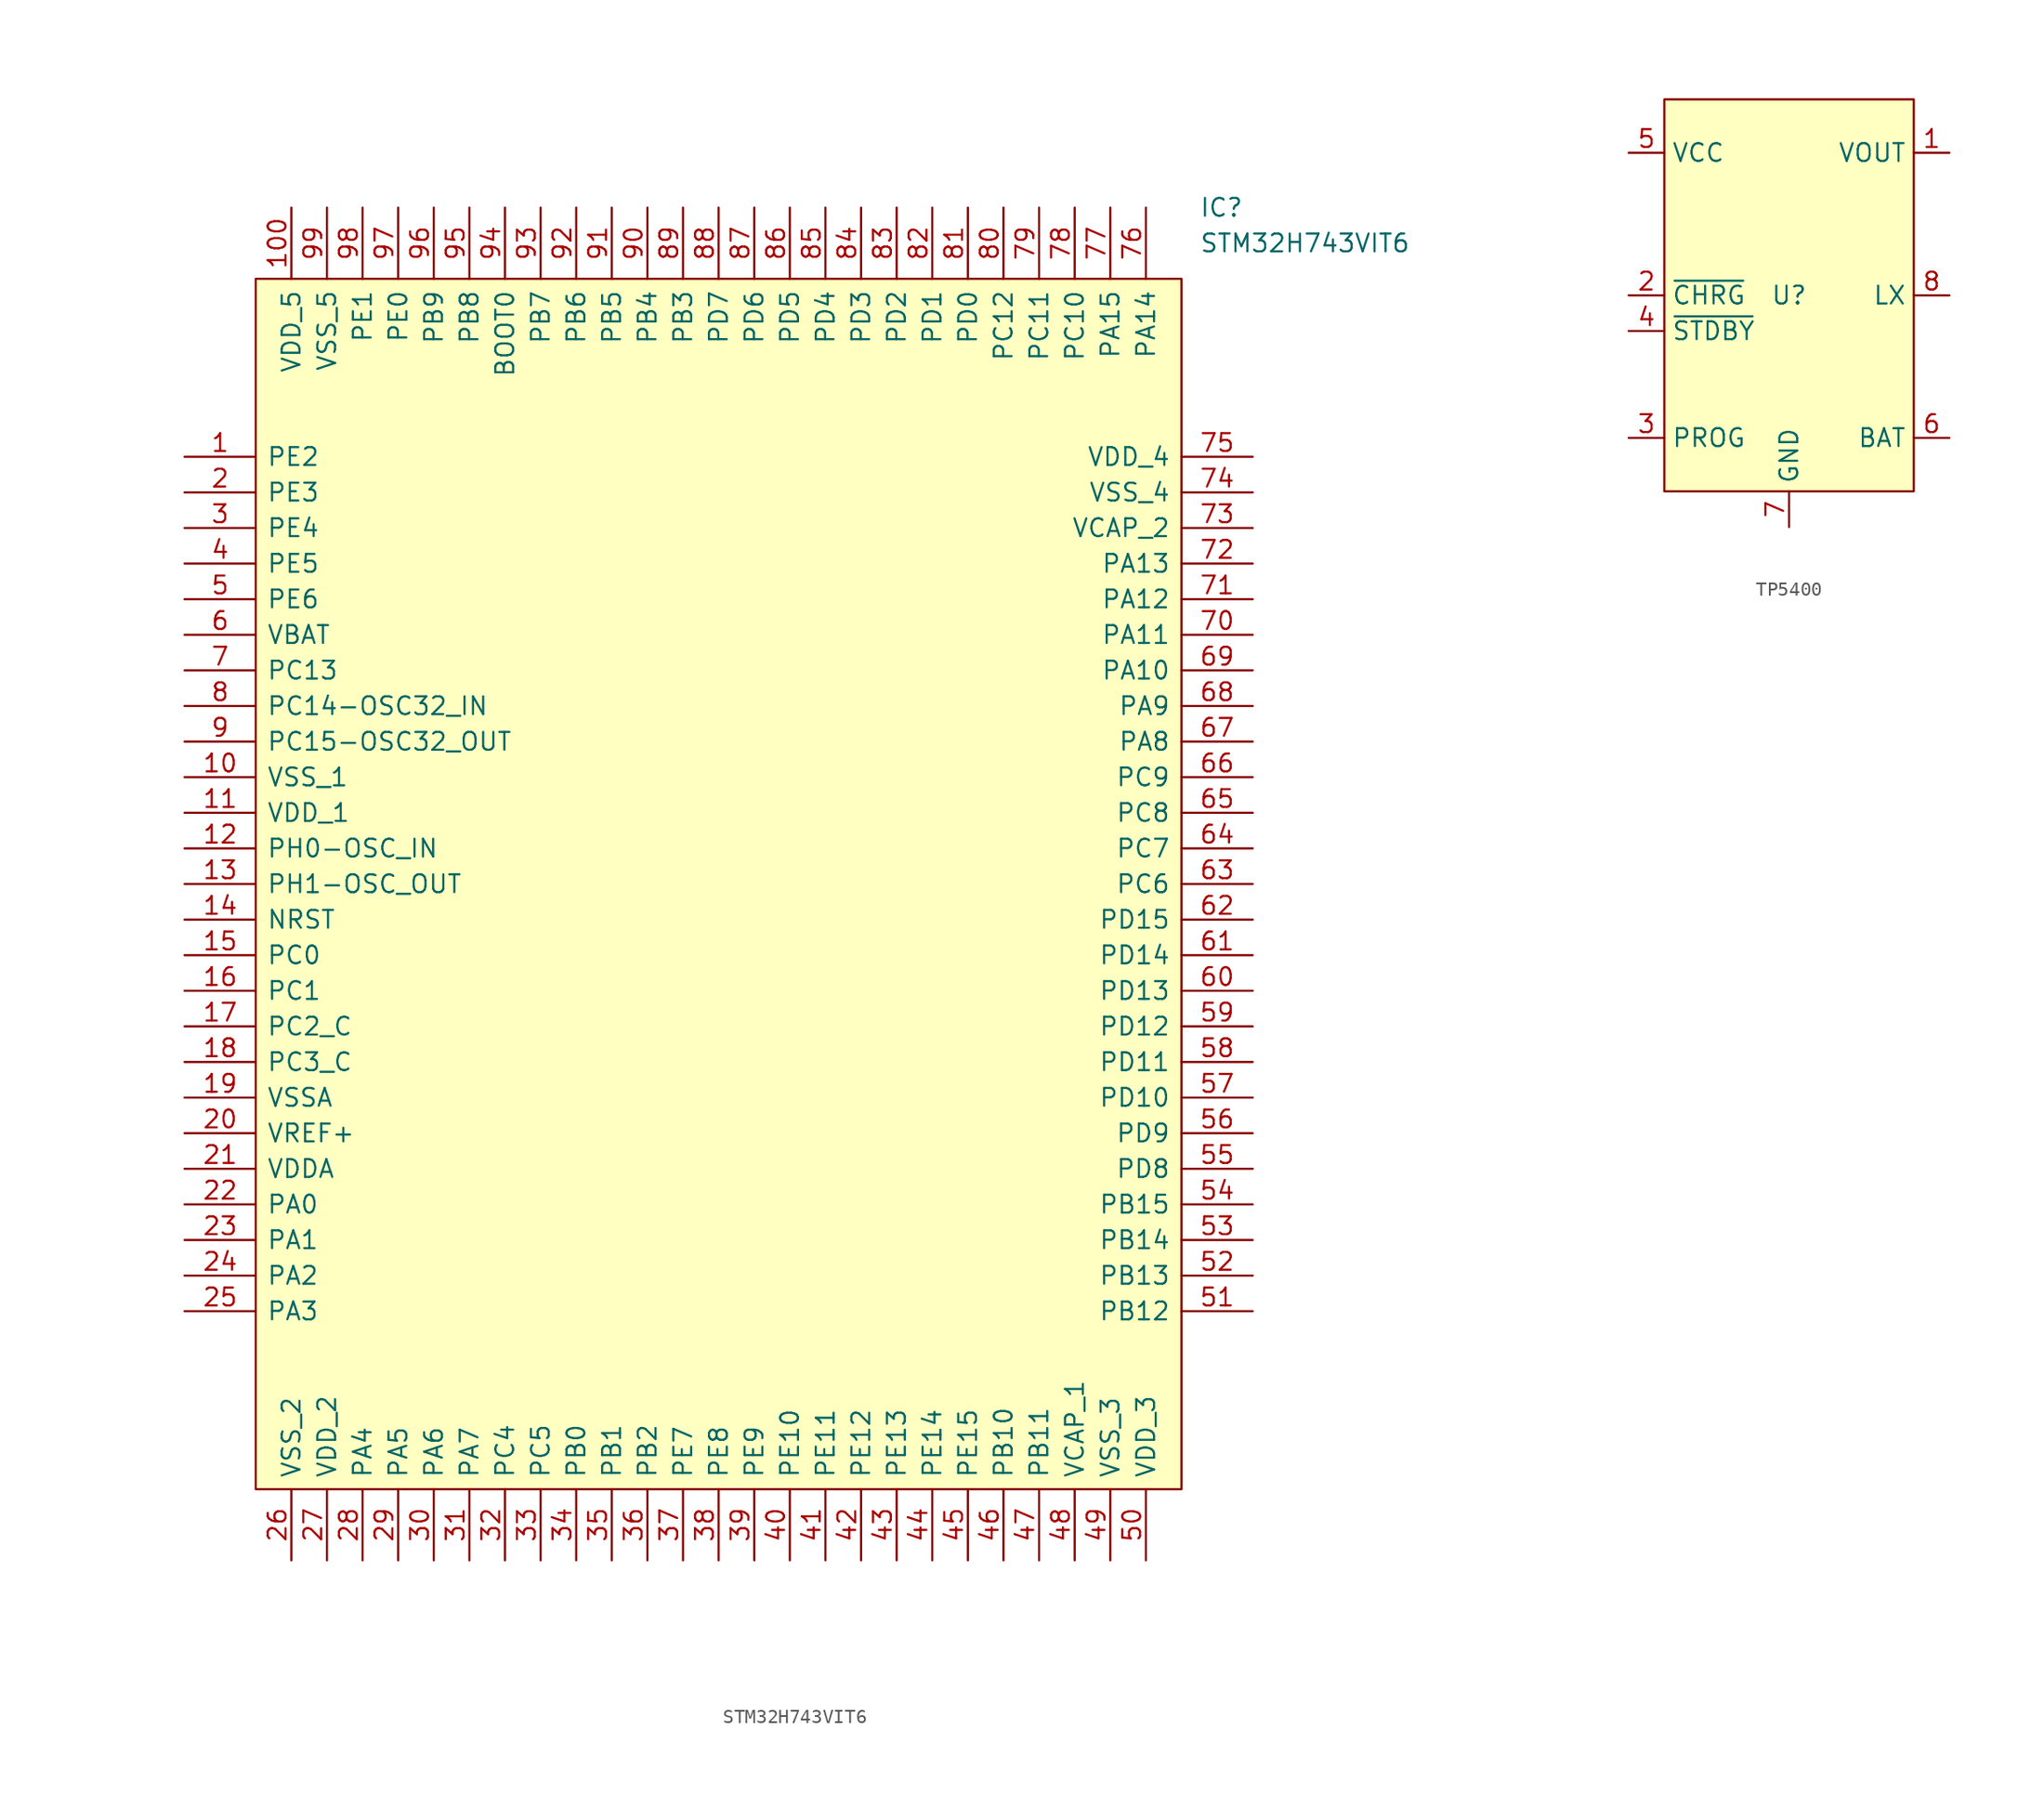
<source format=kicad_sym>
(kicad_symbol_lib
  (version 20220914)
  (generator kicad_symbol_editor)
  (symbol "STM32H743VIT6"
    (pin_names
      (offset 0.762))
    (property "Reference" "IC"
      (at 72.39 17.78 0)
      (effects (font (size 1.27 1.27)) (justify left)))
    (property "Value" "STM32H743VIT6"
      (at 72.39 15.24 0)
      (effects (font (size 1.27 1.27)) (justify left)))
    (symbol "STM32H743VIT6_0_0"
      (pin passive line (at 0 0 0) (length 5.08) (name "PE2" (effects (font (size 1.27 1.27)))) (number "1" (effects (font (size 1.27 1.27)))))
      (pin passive line (at 0 -22.86 0) (length 5.08) (name "VSS_1" (effects (font (size 1.27 1.27)))) (number "10" (effects (font (size 1.27 1.27)))))
      (pin passive line (at 7.62 17.78 270) (length 5.08) (name "VDD_5" (effects (font (size 1.27 1.27)))) (number "100" (effects (font (size 1.27 1.27)))))
      (pin passive line (at 0 -25.4 0) (length 5.08) (name "VDD_1" (effects (font (size 1.27 1.27)))) (number "11" (effects (font (size 1.27 1.27)))))
      (pin passive line (at 0 -27.94 0) (length 5.08) (name "PH0-OSC_IN" (effects (font (size 1.27 1.27)))) (number "12" (effects (font (size 1.27 1.27)))))
      (pin passive line (at 0 -30.48 0) (length 5.08) (name "PH1-OSC_OUT" (effects (font (size 1.27 1.27)))) (number "13" (effects (font (size 1.27 1.27)))))
      (pin passive line (at 0 -33.02 0) (length 5.08) (name "NRST" (effects (font (size 1.27 1.27)))) (number "14" (effects (font (size 1.27 1.27)))))
      (pin passive line (at 0 -35.56 0) (length 5.08) (name "PC0" (effects (font (size 1.27 1.27)))) (number "15" (effects (font (size 1.27 1.27)))))
      (pin passive line (at 0 -38.1 0) (length 5.08) (name "PC1" (effects (font (size 1.27 1.27)))) (number "16" (effects (font (size 1.27 1.27)))))
      (pin passive line (at 0 -40.64 0) (length 5.08) (name "PC2_C" (effects (font (size 1.27 1.27)))) (number "17" (effects (font (size 1.27 1.27)))))
      (pin passive line (at 0 -43.18 0) (length 5.08) (name "PC3_C" (effects (font (size 1.27 1.27)))) (number "18" (effects (font (size 1.27 1.27)))))
      (pin passive line (at 0 -45.72 0) (length 5.08) (name "VSSA" (effects (font (size 1.27 1.27)))) (number "19" (effects (font (size 1.27 1.27)))))
      (pin passive line (at 0 -2.54 0) (length 5.08) (name "PE3" (effects (font (size 1.27 1.27)))) (number "2" (effects (font (size 1.27 1.27)))))
      (pin passive line (at 0 -48.26 0) (length 5.08) (name "VREF+" (effects (font (size 1.27 1.27)))) (number "20" (effects (font (size 1.27 1.27)))))
      (pin passive line (at 0 -50.8 0) (length 5.08) (name "VDDA" (effects (font (size 1.27 1.27)))) (number "21" (effects (font (size 1.27 1.27)))))
      (pin passive line (at 0 -53.34 0) (length 5.08) (name "PA0" (effects (font (size 1.27 1.27)))) (number "22" (effects (font (size 1.27 1.27)))))
      (pin passive line (at 0 -55.88 0) (length 5.08) (name "PA1" (effects (font (size 1.27 1.27)))) (number "23" (effects (font (size 1.27 1.27)))))
      (pin passive line (at 0 -58.42 0) (length 5.08) (name "PA2" (effects (font (size 1.27 1.27)))) (number "24" (effects (font (size 1.27 1.27)))))
      (pin passive line (at 0 -60.96 0) (length 5.08) (name "PA3" (effects (font (size 1.27 1.27)))) (number "25" (effects (font (size 1.27 1.27)))))
      (pin passive line (at 7.62 -78.74 90) (length 5.08) (name "VSS_2" (effects (font (size 1.27 1.27)))) (number "26" (effects (font (size 1.27 1.27)))))
      (pin passive line (at 10.16 -78.74 90) (length 5.08) (name "VDD_2" (effects (font (size 1.27 1.27)))) (number "27" (effects (font (size 1.27 1.27)))))
      (pin passive line (at 12.7 -78.74 90) (length 5.08) (name "PA4" (effects (font (size 1.27 1.27)))) (number "28" (effects (font (size 1.27 1.27)))))
      (pin passive line (at 15.24 -78.74 90) (length 5.08) (name "PA5" (effects (font (size 1.27 1.27)))) (number "29" (effects (font (size 1.27 1.27)))))
      (pin passive line (at 0 -5.08 0) (length 5.08) (name "PE4" (effects (font (size 1.27 1.27)))) (number "3" (effects (font (size 1.27 1.27)))))
      (pin passive line (at 17.78 -78.74 90) (length 5.08) (name "PA6" (effects (font (size 1.27 1.27)))) (number "30" (effects (font (size 1.27 1.27)))))
      (pin passive line (at 20.32 -78.74 90) (length 5.08) (name "PA7" (effects (font (size 1.27 1.27)))) (number "31" (effects (font (size 1.27 1.27)))))
      (pin passive line (at 22.86 -78.74 90) (length 5.08) (name "PC4" (effects (font (size 1.27 1.27)))) (number "32" (effects (font (size 1.27 1.27)))))
      (pin passive line (at 25.4 -78.74 90) (length 5.08) (name "PC5" (effects (font (size 1.27 1.27)))) (number "33" (effects (font (size 1.27 1.27)))))
      (pin passive line (at 27.94 -78.74 90) (length 5.08) (name "PB0" (effects (font (size 1.27 1.27)))) (number "34" (effects (font (size 1.27 1.27)))))
      (pin passive line (at 30.48 -78.74 90) (length 5.08) (name "PB1" (effects (font (size 1.27 1.27)))) (number "35" (effects (font (size 1.27 1.27)))))
      (pin passive line (at 33.02 -78.74 90) (length 5.08) (name "PB2" (effects (font (size 1.27 1.27)))) (number "36" (effects (font (size 1.27 1.27)))))
      (pin passive line (at 35.56 -78.74 90) (length 5.08) (name "PE7" (effects (font (size 1.27 1.27)))) (number "37" (effects (font (size 1.27 1.27)))))
      (pin passive line (at 38.1 -78.74 90) (length 5.08) (name "PE8" (effects (font (size 1.27 1.27)))) (number "38" (effects (font (size 1.27 1.27)))))
      (pin passive line (at 40.64 -78.74 90) (length 5.08) (name "PE9" (effects (font (size 1.27 1.27)))) (number "39" (effects (font (size 1.27 1.27)))))
      (pin passive line (at 0 -7.62 0) (length 5.08) (name "PE5" (effects (font (size 1.27 1.27)))) (number "4" (effects (font (size 1.27 1.27)))))
      (pin passive line (at 43.18 -78.74 90) (length 5.08) (name "PE10" (effects (font (size 1.27 1.27)))) (number "40" (effects (font (size 1.27 1.27)))))
      (pin passive line (at 45.72 -78.74 90) (length 5.08) (name "PE11" (effects (font (size 1.27 1.27)))) (number "41" (effects (font (size 1.27 1.27)))))
      (pin passive line (at 48.26 -78.74 90) (length 5.08) (name "PE12" (effects (font (size 1.27 1.27)))) (number "42" (effects (font (size 1.27 1.27)))))
      (pin passive line (at 50.8 -78.74 90) (length 5.08) (name "PE13" (effects (font (size 1.27 1.27)))) (number "43" (effects (font (size 1.27 1.27)))))
      (pin passive line (at 53.34 -78.74 90) (length 5.08) (name "PE14" (effects (font (size 1.27 1.27)))) (number "44" (effects (font (size 1.27 1.27)))))
      (pin passive line (at 55.88 -78.74 90) (length 5.08) (name "PE15" (effects (font (size 1.27 1.27)))) (number "45" (effects (font (size 1.27 1.27)))))
      (pin passive line (at 58.42 -78.74 90) (length 5.08) (name "PB10" (effects (font (size 1.27 1.27)))) (number "46" (effects (font (size 1.27 1.27)))))
      (pin passive line (at 60.96 -78.74 90) (length 5.08) (name "PB11" (effects (font (size 1.27 1.27)))) (number "47" (effects (font (size 1.27 1.27)))))
      (pin passive line (at 63.5 -78.74 90) (length 5.08) (name "VCAP_1" (effects (font (size 1.27 1.27)))) (number "48" (effects (font (size 1.27 1.27)))))
      (pin passive line (at 66.04 -78.74 90) (length 5.08) (name "VSS_3" (effects (font (size 1.27 1.27)))) (number "49" (effects (font (size 1.27 1.27)))))
      (pin passive line (at 0 -10.16 0) (length 5.08) (name "PE6" (effects (font (size 1.27 1.27)))) (number "5" (effects (font (size 1.27 1.27)))))
      (pin passive line (at 68.58 -78.74 90) (length 5.08) (name "VDD_3" (effects (font (size 1.27 1.27)))) (number "50" (effects (font (size 1.27 1.27)))))
      (pin passive line (at 76.2 -60.96 180) (length 5.08) (name "PB12" (effects (font (size 1.27 1.27)))) (number "51" (effects (font (size 1.27 1.27)))))
      (pin passive line (at 76.2 -58.42 180) (length 5.08) (name "PB13" (effects (font (size 1.27 1.27)))) (number "52" (effects (font (size 1.27 1.27)))))
      (pin passive line (at 76.2 -55.88 180) (length 5.08) (name "PB14" (effects (font (size 1.27 1.27)))) (number "53" (effects (font (size 1.27 1.27)))))
      (pin passive line (at 76.2 -53.34 180) (length 5.08) (name "PB15" (effects (font (size 1.27 1.27)))) (number "54" (effects (font (size 1.27 1.27)))))
      (pin passive line (at 76.2 -50.8 180) (length 5.08) (name "PD8" (effects (font (size 1.27 1.27)))) (number "55" (effects (font (size 1.27 1.27)))))
      (pin passive line (at 76.2 -48.26 180) (length 5.08) (name "PD9" (effects (font (size 1.27 1.27)))) (number "56" (effects (font (size 1.27 1.27)))))
      (pin passive line (at 76.2 -45.72 180) (length 5.08) (name "PD10" (effects (font (size 1.27 1.27)))) (number "57" (effects (font (size 1.27 1.27)))))
      (pin passive line (at 76.2 -43.18 180) (length 5.08) (name "PD11" (effects (font (size 1.27 1.27)))) (number "58" (effects (font (size 1.27 1.27)))))
      (pin passive line (at 76.2 -40.64 180) (length 5.08) (name "PD12" (effects (font (size 1.27 1.27)))) (number "59" (effects (font (size 1.27 1.27)))))
      (pin passive line (at 0 -12.7 0) (length 5.08) (name "VBAT" (effects (font (size 1.27 1.27)))) (number "6" (effects (font (size 1.27 1.27)))))
      (pin passive line (at 76.2 -38.1 180) (length 5.08) (name "PD13" (effects (font (size 1.27 1.27)))) (number "60" (effects (font (size 1.27 1.27)))))
      (pin passive line (at 76.2 -35.56 180) (length 5.08) (name "PD14" (effects (font (size 1.27 1.27)))) (number "61" (effects (font (size 1.27 1.27)))))
      (pin passive line (at 76.2 -33.02 180) (length 5.08) (name "PD15" (effects (font (size 1.27 1.27)))) (number "62" (effects (font (size 1.27 1.27)))))
      (pin passive line (at 76.2 -30.48 180) (length 5.08) (name "PC6" (effects (font (size 1.27 1.27)))) (number "63" (effects (font (size 1.27 1.27)))))
      (pin passive line (at 76.2 -27.94 180) (length 5.08) (name "PC7" (effects (font (size 1.27 1.27)))) (number "64" (effects (font (size 1.27 1.27)))))
      (pin passive line (at 76.2 -25.4 180) (length 5.08) (name "PC8" (effects (font (size 1.27 1.27)))) (number "65" (effects (font (size 1.27 1.27)))))
      (pin passive line (at 76.2 -22.86 180) (length 5.08) (name "PC9" (effects (font (size 1.27 1.27)))) (number "66" (effects (font (size 1.27 1.27)))))
      (pin passive line (at 76.2 -20.32 180) (length 5.08) (name "PA8" (effects (font (size 1.27 1.27)))) (number "67" (effects (font (size 1.27 1.27)))))
      (pin passive line (at 76.2 -17.78 180) (length 5.08) (name "PA9" (effects (font (size 1.27 1.27)))) (number "68" (effects (font (size 1.27 1.27)))))
      (pin passive line (at 76.2 -15.24 180) (length 5.08) (name "PA10" (effects (font (size 1.27 1.27)))) (number "69" (effects (font (size 1.27 1.27)))))
      (pin passive line (at 0 -15.24 0) (length 5.08) (name "PC13" (effects (font (size 1.27 1.27)))) (number "7" (effects (font (size 1.27 1.27)))))
      (pin passive line (at 76.2 -12.7 180) (length 5.08) (name "PA11" (effects (font (size 1.27 1.27)))) (number "70" (effects (font (size 1.27 1.27)))))
      (pin passive line (at 76.2 -10.16 180) (length 5.08) (name "PA12" (effects (font (size 1.27 1.27)))) (number "71" (effects (font (size 1.27 1.27)))))
      (pin passive line (at 76.2 -7.62 180) (length 5.08) (name "PA13" (effects (font (size 1.27 1.27)))) (number "72" (effects (font (size 1.27 1.27)))))
      (pin passive line (at 76.2 -5.08 180) (length 5.08) (name "VCAP_2" (effects (font (size 1.27 1.27)))) (number "73" (effects (font (size 1.27 1.27)))))
      (pin passive line (at 76.2 -2.54 180) (length 5.08) (name "VSS_4" (effects (font (size 1.27 1.27)))) (number "74" (effects (font (size 1.27 1.27)))))
      (pin passive line (at 76.2 0 180) (length 5.08) (name "VDD_4" (effects (font (size 1.27 1.27)))) (number "75" (effects (font (size 1.27 1.27)))))
      (pin passive line (at 68.58 17.78 270) (length 5.08) (name "PA14" (effects (font (size 1.27 1.27)))) (number "76" (effects (font (size 1.27 1.27)))))
      (pin passive line (at 66.04 17.78 270) (length 5.08) (name "PA15" (effects (font (size 1.27 1.27)))) (number "77" (effects (font (size 1.27 1.27)))))
      (pin passive line (at 63.5 17.78 270) (length 5.08) (name "PC10" (effects (font (size 1.27 1.27)))) (number "78" (effects (font (size 1.27 1.27)))))
      (pin passive line (at 60.96 17.78 270) (length 5.08) (name "PC11" (effects (font (size 1.27 1.27)))) (number "79" (effects (font (size 1.27 1.27)))))
      (pin passive line (at 0 -17.78 0) (length 5.08) (name "PC14-OSC32_IN" (effects (font (size 1.27 1.27)))) (number "8" (effects (font (size 1.27 1.27)))))
      (pin passive line (at 58.42 17.78 270) (length 5.08) (name "PC12" (effects (font (size 1.27 1.27)))) (number "80" (effects (font (size 1.27 1.27)))))
      (pin passive line (at 55.88 17.78 270) (length 5.08) (name "PD0" (effects (font (size 1.27 1.27)))) (number "81" (effects (font (size 1.27 1.27)))))
      (pin passive line (at 53.34 17.78 270) (length 5.08) (name "PD1" (effects (font (size 1.27 1.27)))) (number "82" (effects (font (size 1.27 1.27)))))
      (pin passive line (at 50.8 17.78 270) (length 5.08) (name "PD2" (effects (font (size 1.27 1.27)))) (number "83" (effects (font (size 1.27 1.27)))))
      (pin passive line (at 48.26 17.78 270) (length 5.08) (name "PD3" (effects (font (size 1.27 1.27)))) (number "84" (effects (font (size 1.27 1.27)))))
      (pin passive line (at 45.72 17.78 270) (length 5.08) (name "PD4" (effects (font (size 1.27 1.27)))) (number "85" (effects (font (size 1.27 1.27)))))
      (pin passive line (at 43.18 17.78 270) (length 5.08) (name "PD5" (effects (font (size 1.27 1.27)))) (number "86" (effects (font (size 1.27 1.27)))))
      (pin passive line (at 40.64 17.78 270) (length 5.08) (name "PD6" (effects (font (size 1.27 1.27)))) (number "87" (effects (font (size 1.27 1.27)))))
      (pin passive line (at 38.1 17.78 270) (length 5.08) (name "PD7" (effects (font (size 1.27 1.27)))) (number "88" (effects (font (size 1.27 1.27)))))
      (pin passive line (at 35.56 17.78 270) (length 5.08) (name "PB3" (effects (font (size 1.27 1.27)))) (number "89" (effects (font (size 1.27 1.27)))))
      (pin passive line (at 0 -20.32 0) (length 5.08) (name "PC15-OSC32_OUT" (effects (font (size 1.27 1.27)))) (number "9" (effects (font (size 1.27 1.27)))))
      (pin passive line (at 33.02 17.78 270) (length 5.08) (name "PB4" (effects (font (size 1.27 1.27)))) (number "90" (effects (font (size 1.27 1.27)))))
      (pin passive line (at 30.48 17.78 270) (length 5.08) (name "PB5" (effects (font (size 1.27 1.27)))) (number "91" (effects (font (size 1.27 1.27)))))
      (pin passive line (at 27.94 17.78 270) (length 5.08) (name "PB6" (effects (font (size 1.27 1.27)))) (number "92" (effects (font (size 1.27 1.27)))))
      (pin passive line (at 25.4 17.78 270) (length 5.08) (name "PB7" (effects (font (size 1.27 1.27)))) (number "93" (effects (font (size 1.27 1.27)))))
      (pin passive line (at 22.86 17.78 270) (length 5.08) (name "BOOT0" (effects (font (size 1.27 1.27)))) (number "94" (effects (font (size 1.27 1.27)))))
      (pin passive line (at 20.32 17.78 270) (length 5.08) (name "PB8" (effects (font (size 1.27 1.27)))) (number "95" (effects (font (size 1.27 1.27)))))
      (pin passive line (at 17.78 17.78 270) (length 5.08) (name "PB9" (effects (font (size 1.27 1.27)))) (number "96" (effects (font (size 1.27 1.27)))))
      (pin passive line (at 15.24 17.78 270) (length 5.08) (name "PE0" (effects (font (size 1.27 1.27)))) (number "97" (effects (font (size 1.27 1.27)))))
      (pin passive line (at 12.7 17.78 270) (length 5.08) (name "PE1" (effects (font (size 1.27 1.27)))) (number "98" (effects (font (size 1.27 1.27)))))
      (pin passive line (at 10.16 17.78 270) (length 5.08) (name "VSS_5" (effects (font (size 1.27 1.27)))) (number "99" (effects (font (size 1.27 1.27))))))
    (symbol "STM32H743VIT6_0_1"
      (polyline (pts (xy 5.08 12.7) (xy 71.12 12.7) (xy 71.12 -73.66) (xy 5.08 -73.66) (xy 5.08 12.7)) (stroke (width 0.152) (type solid)) (fill (type background)))))
  (symbol "TP5400"
    (property "Reference" "U"
      (at 0 0 0)
      (effects (font (size 1.27 1.27))))
    (property "Value" ""
      (at 0 0 0)
      (effects (font (size 1.27 1.27))))
    (symbol "TP5400_0_1"
      (rectangle (start -8.89 13.97) (end 8.89 -13.97) (stroke (width 0) (type default)) (fill (type background))))
    (symbol "TP5400_1_1"
      (pin power_out line (at 11.43 10.16 180) (length 2.54) (name "VOUT" (effects (font (size 1.27 1.27)))) (number "1" (effects (font (size 1.27 1.27)))))
      (pin output line (at -11.43 0 0) (length 2.54) (name "~{CHRG}" (effects (font (size 1.27 1.27)))) (number "2" (effects (font (size 1.27 1.27)))))
      (pin input line (at -11.43 -10.16 0) (length 2.54) (name "PROG" (effects (font (size 1.27 1.27)))) (number "3" (effects (font (size 1.27 1.27)))))
      (pin output line (at -11.43 -2.54 0) (length 2.54) (name "~{STDBY}" (effects (font (size 1.27 1.27)))) (number "4" (effects (font (size 1.27 1.27)))))
      (pin power_in line (at -11.43 10.16 0) (length 2.54) (name "VCC" (effects (font (size 1.27 1.27)))) (number "5" (effects (font (size 1.27 1.27)))))
      (pin power_out line (at 11.43 -10.16 180) (length 2.54) (name "BAT" (effects (font (size 1.27 1.27)))) (number "6" (effects (font (size 1.27 1.27)))))
      (pin power_in line (at 0 -16.51 90) (length 2.54) (name "GND" (effects (font (size 1.27 1.27)))) (number "7" (effects (font (size 1.27 1.27)))))
      (pin power_out line (at 11.43 0 180) (length 2.54) (name "LX" (effects (font (size 1.27 1.27)))) (number "8" (effects (font (size 1.27 1.27))))))))
</source>
